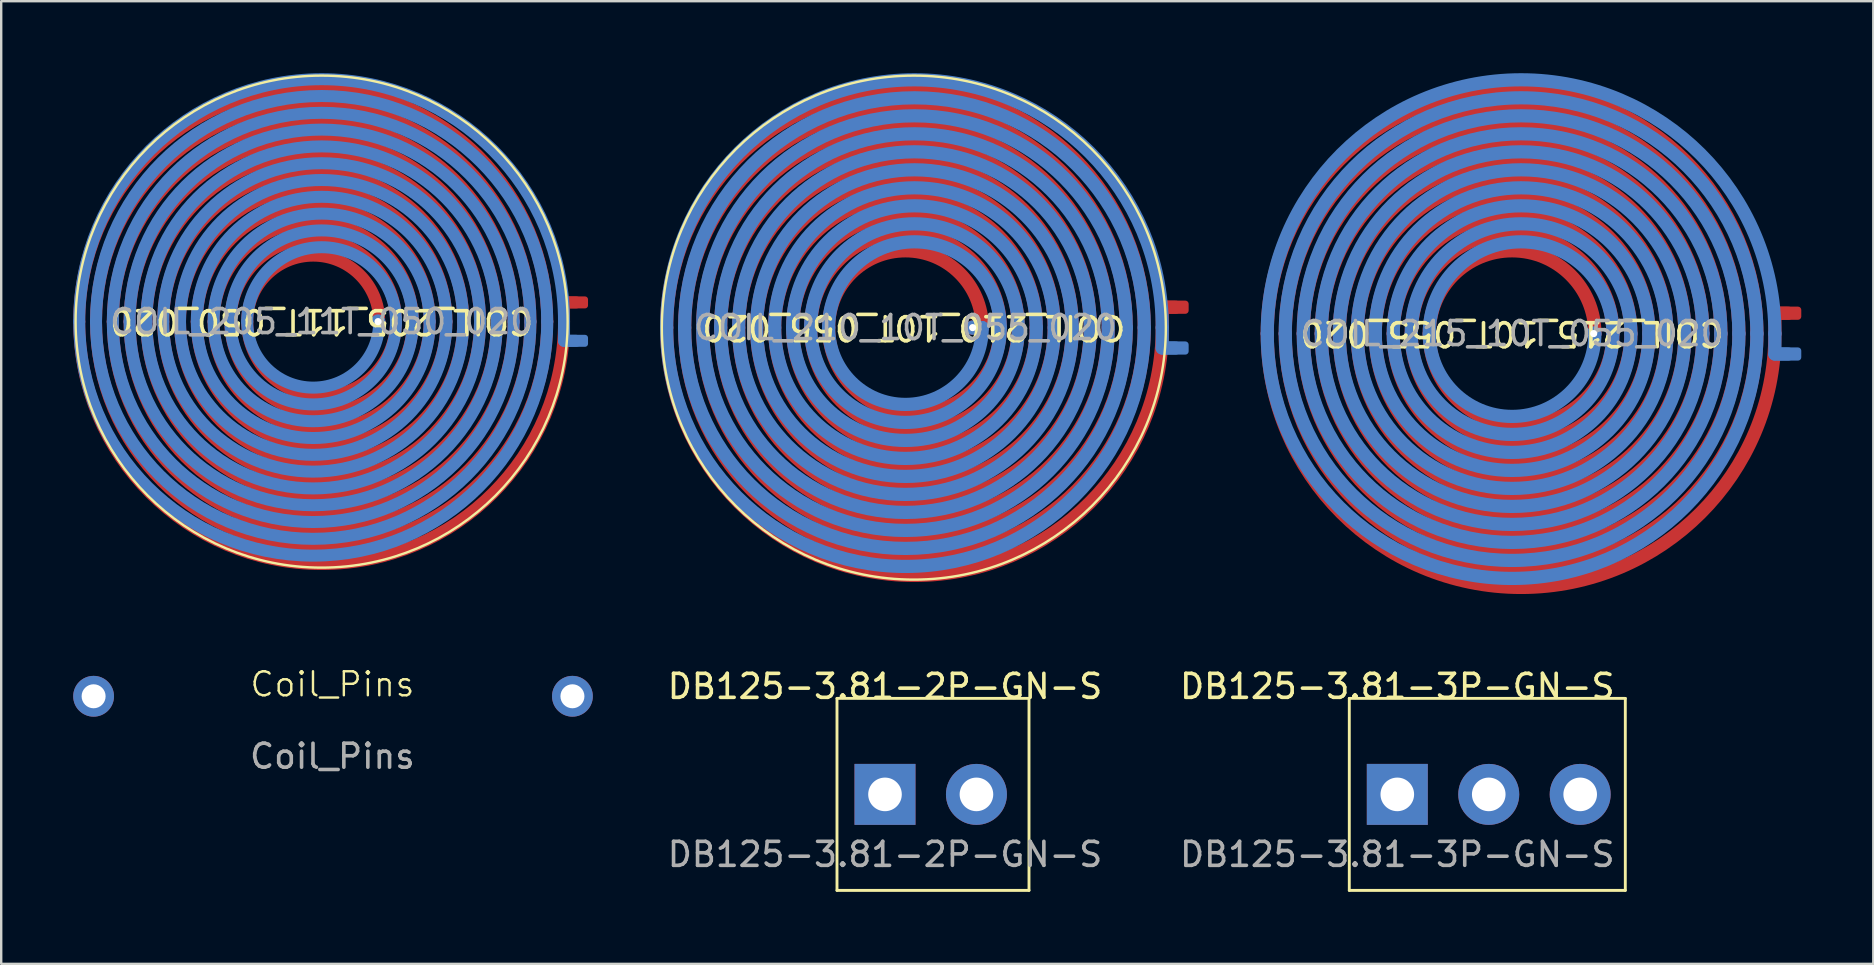
<source format=kicad_pcb>
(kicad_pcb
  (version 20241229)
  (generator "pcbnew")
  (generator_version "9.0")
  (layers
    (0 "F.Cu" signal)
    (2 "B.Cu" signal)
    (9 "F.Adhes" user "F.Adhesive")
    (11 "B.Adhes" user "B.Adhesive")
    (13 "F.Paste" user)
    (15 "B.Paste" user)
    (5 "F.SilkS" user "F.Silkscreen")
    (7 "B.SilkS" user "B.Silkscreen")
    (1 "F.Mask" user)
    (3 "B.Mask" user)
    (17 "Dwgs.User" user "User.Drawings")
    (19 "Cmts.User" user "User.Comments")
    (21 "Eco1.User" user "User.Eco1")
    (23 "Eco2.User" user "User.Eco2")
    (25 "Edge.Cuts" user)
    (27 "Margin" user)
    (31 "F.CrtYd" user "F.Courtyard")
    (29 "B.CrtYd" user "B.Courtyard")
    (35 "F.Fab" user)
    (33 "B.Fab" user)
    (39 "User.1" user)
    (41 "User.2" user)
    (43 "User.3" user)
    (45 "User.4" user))
  (footprint "DB125-3.81-2P-GN-S"
    (layer "F.Cu")
    (at 33.823 30.048)
    (property "Reference" "DB125-3.81-2P-GN-S" (at 0 -4.5 0) (unlocked yes) (layer "F.SilkS") (effects (font (size 1 1) (thickness 0.15))))
    (attr through_hole)
    (fp_line (start -2 -4) (end -2 4) (stroke (width 0.12) (type default)) (layer "F.SilkS"))
    (fp_line (start -2 4) (end 6 4) (stroke (width 0.12) (type default)) (layer "F.SilkS"))
    (fp_line (start 6 -4) (end -2 -4) (stroke (width 0.12) (type default)) (layer "F.SilkS"))
    (fp_line (start 6 4) (end 6 -4) (stroke (width 0.12) (type default)) (layer "F.SilkS"))
    (fp_text user "${REFERENCE}" (at 0 2.5 0) (unlocked yes) (layer "F.Fab") (effects (font (size 1 1) (thickness 0.15))))
    (pad "1" thru_hole rect (at 0 0) (size 2.54 2.54) (drill 1.4) (layers "*.Cu" "*.Mask"))
    (pad "2" thru_hole circle (at 3.81 0) (size 2.54 2.54) (drill 1.4) (layers "*.Cu" "*.Mask")))
  (footprint "DB125-3.81-3P-GN-S"
    (layer "F.Cu")
    (at 55.168 30.048)
    (property "Reference" "DB125-3.81-3P-GN-S" (at 0 -4.5 0) (unlocked yes) (layer "F.SilkS") (effects (font (size 1 1) (thickness 0.15))))
    (attr through_hole)
    (fp_line (start -2 -4) (end -2 4) (stroke (width 0.12) (type default)) (layer "F.SilkS"))
    (fp_line (start -2 4) (end 9.5 4) (stroke (width 0.12) (type default)) (layer "F.SilkS"))
    (fp_line (start 9.5 -4) (end -2 -4) (stroke (width 0.12) (type default)) (layer "F.SilkS"))
    (fp_line (start 9.5 4) (end 9.5 -4) (stroke (width 0.12) (type default)) (layer "F.SilkS"))
    (fp_text user "${REFERENCE}" (at 0 2.5 0) (unlocked yes) (layer "F.Fab") (effects (font (size 1 1) (thickness 0.15))))
    (pad "1" thru_hole rect (at 0 0) (size 2.54 2.54) (drill 1.4) (layers "*.Cu" "*.Mask"))
    (pad "2" thru_hole circle (at 3.81 0) (size 2.54 2.54) (drill 1.4) (layers "*.Cu" "*.Mask"))
    (pad "3" thru_hole circle (at 7.62 0) (size 2.54 2.54) (drill 1.4) (layers "*.Cu" "*.Mask")))
  (footprint "COIL_210_10T_055_020"
    (layer "F.Cu")
    (at 35.025 10.6)
    (property "Reference" "COIL_210_10T_055_020" (at 0 0 180) (unlocked yes) (layer "F.SilkS") (effects (font (size 1 1) (thickness 0.15))))
    (attr smd exclude_from_pos_files allow_missing_courtyard)
    (fp_line (start 2.85 0) (end 2.45 0) (stroke (width 0.55) (type default)) (layer "F.Cu"))
    (fp_line (start 10.35 -0.85) (end 10.9 -0.85) (stroke (width 0.55) (type default)) (layer "F.Cu"))
    (fp_line (start 10.35 0) (end 10.35 -0.85) (stroke (width 0.55) (type default)) (layer "F.Cu"))
    (fp_arc (start -10.299999 0) (mid -0.35 -9.949999) (end 9.599999 0) (stroke (width 0.55) (type default)) (layer "F.Cu"))
    (fp_arc (start -9.549999 0) (mid -0.35 -9.199999) (end 8.849999 0) (stroke (width 0.55) (type default)) (layer "F.Cu"))
    (fp_arc (start -8.8 0) (mid -0.35 -8.45) (end 8.1 0) (stroke (width 0.55) (type default)) (layer "F.Cu"))
    (fp_arc (start -8.05 0) (mid -0.35 -7.7) (end 7.35 0) (stroke (width 0.55) (type default)) (layer "F.Cu"))
    (fp_arc (start -7.3 0) (mid -0.35 -6.95) (end 6.6 0) (stroke (width 0.55) (type default)) (layer "F.Cu"))
    (fp_arc (start -6.55 0) (mid -0.35 -6.2) (end 5.85 0) (stroke (width 0.55) (type default)) (layer "F.Cu"))
    (fp_arc (start -5.8 0) (mid -0.35 -5.45) (end 5.1 0) (stroke (width 0.55) (type default)) (layer "F.Cu"))
    (fp_arc (start -5.05 0) (mid -0.35 -4.7) (end 4.35 0) (stroke (width 0.55) (type default)) (layer "F.Cu"))
    (fp_arc (start -4.3 0) (mid -0.35 -3.95) (end 3.6 0) (stroke (width 0.55) (type default)) (layer "F.Cu"))
    (fp_arc (start -3.55 0) (mid -0.35 -3.2) (end 2.85 0) (stroke (width 0.55) (type default)) (layer "F.Cu"))
    (fp_arc (start 3.6 0) (mid 0.025 3.575) (end -3.55 0) (stroke (width 0.55) (type default)) (layer "F.Cu"))
    (fp_arc (start 4.35 0) (mid 0.025 4.325) (end -4.3 0) (stroke (width 0.55) (type default)) (layer "F.Cu"))
    (fp_arc (start 5.1 0) (mid 0.025 5.075) (end -5.05 0) (stroke (width 0.55) (type default)) (layer "F.Cu"))
    (fp_arc (start 5.85 0) (mid 0.025 5.825) (end -5.8 0) (stroke (width 0.55) (type default)) (layer "F.Cu"))
    (fp_arc (start 6.6 0) (mid 0.025 6.575) (end -6.55 0) (stroke (width 0.55) (type default)) (layer "F.Cu"))
    (fp_arc (start 7.35 0) (mid 0.025 7.325) (end -7.3 0) (stroke (width 0.55) (type default)) (layer "F.Cu"))
    (fp_arc (start 8.1 0) (mid 0.025 8.075) (end -8.05 0) (stroke (width 0.55) (type default)) (layer "F.Cu"))
    (fp_arc (start 8.849999 0) (mid 0.025 8.825) (end -8.8 0) (stroke (width 0.55) (type default)) (layer "F.Cu"))
    (fp_arc (start 9.599999 0) (mid 0.025 9.574999) (end -9.549999 0) (stroke (width 0.55) (type default)) (layer "F.Cu"))
    (fp_arc (start 10.350001 0) (mid 0.025001 10.325) (end -10.299999 0) (stroke (width 0.55) (type default)) (layer "F.Cu"))
    (fp_line (start 2.85 0) (end 2.45 0) (stroke (width 0.55) (type default)) (layer "B.Cu"))
    (fp_line (start 10.35 0.85) (end 10.9 0.85) (stroke (width 0.55) (type default)) (layer "B.Cu"))
    (fp_line (start 10.35 0) (end 10.35 0.85) (stroke (width 0.55) (type default)) (layer "B.Cu"))
    (fp_arc (start -10.299999 0) (mid 0.025001 -10.325) (end 10.350001 0) (stroke (width 0.55) (type default)) (layer "B.Cu"))
    (fp_arc (start -9.549999 0) (mid 0.025 -9.574999) (end 9.599999 0) (stroke (width 0.55) (type default)) (layer "B.Cu"))
    (fp_arc (start -8.8 0) (mid 0.025 -8.825) (end 8.849999 0) (stroke (width 0.55) (type default)) (layer "B.Cu"))
    (fp_arc (start -8.05 0) (mid 0.025 -8.075) (end 8.1 0) (stroke (width 0.55) (type default)) (layer "B.Cu"))
    (fp_arc (start -7.3 0) (mid 0.025 -7.325) (end 7.35 0) (stroke (width 0.55) (type default)) (layer "B.Cu"))
    (fp_arc (start -6.55 0) (mid 0.025 -6.575) (end 6.6 0) (stroke (width 0.55) (type default)) (layer "B.Cu"))
    (fp_arc (start -5.8 0) (mid 0.025 -5.825) (end 5.85 0) (stroke (width 0.55) (type default)) (layer "B.Cu"))
    (fp_arc (start -5.05 0) (mid 0.025 -5.075) (end 5.1 0) (stroke (width 0.55) (type default)) (layer "B.Cu"))
    (fp_arc (start -4.3 0) (mid 0.025 -4.325) (end 4.35 0) (stroke (width 0.55) (type default)) (layer "B.Cu"))
    (fp_arc (start -3.55 0) (mid 0.025 -3.575) (end 3.6 0) (stroke (width 0.55) (type default)) (layer "B.Cu"))
    (fp_arc (start 2.85 0) (mid -0.35 3.2) (end -3.55 0) (stroke (width 0.55) (type default)) (layer "B.Cu"))
    (fp_arc (start 3.6 0) (mid -0.35 3.95) (end -4.3 0) (stroke (width 0.55) (type default)) (layer "B.Cu"))
    (fp_arc (start 4.35 0) (mid -0.35 4.7) (end -5.05 0) (stroke (width 0.55) (type default)) (layer "B.Cu"))
    (fp_arc (start 5.1 0) (mid -0.35 5.45) (end -5.8 0) (stroke (width 0.55) (type default)) (layer "B.Cu"))
    (fp_arc (start 5.85 0) (mid -0.35 6.2) (end -6.55 0) (stroke (width 0.55) (type default)) (layer "B.Cu"))
    (fp_arc (start 6.6 0) (mid -0.35 6.95) (end -7.3 0) (stroke (width 0.55) (type default)) (layer "B.Cu"))
    (fp_arc (start 7.35 0) (mid -0.35 7.7) (end -8.05 0) (stroke (width 0.55) (type default)) (layer "B.Cu"))
    (fp_arc (start 8.1 0) (mid -0.35 8.45) (end -8.8 0) (stroke (width 0.55) (type default)) (layer "B.Cu"))
    (fp_arc (start 8.849999 0) (mid -0.35 9.199999) (end -9.549999 0) (stroke (width 0.55) (type default)) (layer "B.Cu"))
    (fp_arc (start 9.599999 0) (mid -0.35 9.949999) (end -10.299999 0) (stroke (width 0.55) (type default)) (layer "B.Cu"))
    (fp_circle (center 0 0) (end 10.5 0) (stroke (width 0.1) (type solid)) (fill no) (layer "F.SilkS"))
    (fp_text user "${REFERENCE}" (at -0.35 0 0) (unlocked yes) (layer "F.Fab") (effects (font (size 1 1) (thickness 0.15))))
    (pad "0" thru_hole circle (at 2.45 0) (size 0.6 0.6) (drill 0.3) (layers "*.Cu") (remove_unused_layers yes) (keep_end_layers yes) (zone_layer_connections))
    (pad "1" smd roundrect (at 10.9 -0.85) (size 1.1 0.55) (layers "F.Cu") (roundrect_rratio 0.25))
    (pad "2" smd roundrect (at 10.9 0.85) (size 1.1 0.55) (layers "B.Cu") (roundrect_rratio 0.25)))
  (footprint "COIL_215_10T_055_020"
    (layer "F.Cu")
    (at 59.95 10.85)
    (property "Reference" "COIL_215_10T_055_020" (at 0 0 180) (unlocked yes) (layer "F.SilkS") (effects (font (size 1 1) (thickness 0.15))))
    (attr smd exclude_from_pos_files allow_missing_courtyard)
    (fp_line (start 3.45 0) (end 3.4 0) (stroke (width 0.55) (type default)) (layer "F.Cu"))
    (fp_line (start 10.95 -0.85) (end 11.5 -0.85) (stroke (width 0.55) (type default)) (layer "F.Cu"))
    (fp_line (start 10.95 0) (end 10.95 -0.85) (stroke (width 0.55) (type default)) (layer "F.Cu"))
    (fp_arc (start -10.2 0) (mid 0 -10.2) (end 10.2 0) (stroke (width 0.55) (type default)) (layer "F.Cu"))
    (fp_arc (start -9.45 0) (mid 0 -9.45) (end 9.45 0) (stroke (width 0.55) (type default)) (layer "F.Cu"))
    (fp_arc (start -8.7 0) (mid 0 -8.7) (end 8.7 0) (stroke (width 0.55) (type default)) (layer "F.Cu"))
    (fp_arc (start -7.95 0) (mid 0 -7.95) (end 7.95 0) (stroke (width 0.55) (type default)) (layer "F.Cu"))
    (fp_arc (start -7.2 0) (mid 0 -7.2) (end 7.2 0) (stroke (width 0.55) (type default)) (layer "F.Cu"))
    (fp_arc (start -6.45 0) (mid 0 -6.45) (end 6.45 0) (stroke (width 0.55) (type default)) (layer "F.Cu"))
    (fp_arc (start -5.7 0) (mid 0 -5.7) (end 5.7 0) (stroke (width 0.55) (type default)) (layer "F.Cu"))
    (fp_arc (start -4.950001 0) (mid 0 -4.950001) (end 4.950001 0) (stroke (width 0.55) (type default)) (layer "F.Cu"))
    (fp_arc (start -4.199999 0) (mid 0 -4.199999) (end 4.199999 0) (stroke (width 0.55) (type default)) (layer "F.Cu"))
    (fp_arc (start -3.449999 0) (mid 0 -3.449999) (end 3.449999 0) (stroke (width 0.55) (type default)) (layer "F.Cu"))
    (fp_arc (start 4.199999 0) (mid 0.375 3.824999) (end -3.449999 0) (stroke (width 0.55) (type default)) (layer "F.Cu"))
    (fp_arc (start 4.950001 0) (mid 0.375001 4.575) (end -4.199999 0) (stroke (width 0.55) (type default)) (layer "F.Cu"))
    (fp_arc (start 5.7 0) (mid 0.375 5.325001) (end -4.950001 0) (stroke (width 0.55) (type default)) (layer "F.Cu"))
    (fp_arc (start 6.45 0) (mid 0.375 6.075) (end -5.7 0) (stroke (width 0.55) (type default)) (layer "F.Cu"))
    (fp_arc (start 7.2 0) (mid 0.375 6.825) (end -6.45 0) (stroke (width 0.55) (type default)) (layer "F.Cu"))
    (fp_arc (start 7.95 0) (mid 0.375 7.575) (end -7.2 0) (stroke (width 0.55) (type default)) (layer "F.Cu"))
    (fp_arc (start 8.7 0) (mid 0.375 8.325) (end -7.95 0) (stroke (width 0.55) (type default)) (layer "F.Cu"))
    (fp_arc (start 9.45 0) (mid 0.375 9.075) (end -8.7 0) (stroke (width 0.55) (type default)) (layer "F.Cu"))
    (fp_arc (start 10.2 0) (mid 0.375 9.825) (end -9.45 0) (stroke (width 0.55) (type default)) (layer "F.Cu"))
    (fp_arc (start 10.95 0) (mid 0.375 10.575) (end -10.2 0) (stroke (width 0.55) (type default)) (layer "F.Cu"))
    (fp_line (start 3.45 0) (end 3.4 0) (stroke (width 0.55) (type default)) (layer "B.Cu"))
    (fp_line (start 10.95 0) (end 10.95 0.85) (stroke (width 0.55) (type default)) (layer "B.Cu"))
    (fp_line (start 10.95 0.85) (end 11.5 0.85) (stroke (width 0.55) (type default)) (layer "B.Cu"))
    (fp_arc (start -10.2 0) (mid 0.375 -10.575) (end 10.95 0) (stroke (width 0.55) (type default)) (layer "B.Cu"))
    (fp_arc (start -9.45 0) (mid 0.375 -9.825) (end 10.2 0) (stroke (width 0.55) (type default)) (layer "B.Cu"))
    (fp_arc (start -8.7 0) (mid 0.375 -9.075) (end 9.45 0) (stroke (width 0.55) (type default)) (layer "B.Cu"))
    (fp_arc (start -7.95 0) (mid 0.375 -8.325) (end 8.7 0) (stroke (width 0.55) (type default)) (layer "B.Cu"))
    (fp_arc (start -7.2 0) (mid 0.375 -7.575) (end 7.95 0) (stroke (width 0.55) (type default)) (layer "B.Cu"))
    (fp_arc (start -6.45 0) (mid 0.375 -6.825) (end 7.2 0) (stroke (width 0.55) (type default)) (layer "B.Cu"))
    (fp_arc (start -5.7 0) (mid 0.375 -6.075) (end 6.45 0) (stroke (width 0.55) (type default)) (layer "B.Cu"))
    (fp_arc (start -4.950001 0) (mid 0.375 -5.325001) (end 5.7 0) (stroke (width 0.55) (type default)) (layer "B.Cu"))
    (fp_arc (start -4.199999 0) (mid 0.375001 -4.575) (end 4.950001 0) (stroke (width 0.55) (type default)) (layer "B.Cu"))
    (fp_arc (start -3.449999 0) (mid 0.375 -3.824999) (end 4.199999 0) (stroke (width 0.55) (type default)) (layer "B.Cu"))
    (fp_arc (start 3.449999 0) (mid 0 3.449999) (end -3.449999 0) (stroke (width 0.55) (type default)) (layer "B.Cu"))
    (fp_arc (start 4.199999 0) (mid 0 4.199999) (end -4.199999 0) (stroke (width 0.55) (type default)) (layer "B.Cu"))
    (fp_arc (start 4.950001 0) (mid 0 4.950001) (end -4.950001 0) (stroke (width 0.55) (type default)) (layer "B.Cu"))
    (fp_arc (start 5.7 0) (mid 0 5.7) (end -5.7 0) (stroke (width 0.55) (type default)) (layer "B.Cu"))
    (fp_arc (start 6.45 0) (mid 0 6.45) (end -6.45 0) (stroke (width 0.55) (type default)) (layer "B.Cu"))
    (fp_arc (start 7.2 0) (mid 0 7.2) (end -7.2 0) (stroke (width 0.55) (type default)) (layer "B.Cu"))
    (fp_arc (start 7.95 0) (mid 0 7.95) (end -7.95 0) (stroke (width 0.55) (type default)) (layer "B.Cu"))
    (fp_arc (start 8.7 0) (mid 0 8.7) (end -8.7 0) (stroke (width 0.55) (type default)) (layer "B.Cu"))
    (fp_arc (start 9.45 0) (mid 0 9.45) (end -9.45 0) (stroke (width 0.55) (type default)) (layer "B.Cu"))
    (fp_arc (start 10.2 0) (mid 0 10.2) (end -10.2 0) (stroke (width 0.55) (type default)) (layer "B.Cu"))
    (fp_text user "${REFERENCE}" (at 0 0 0) (unlocked yes) (layer "F.Fab") (effects (font (size 1 1) (thickness 0.15))))
    (pad "0" thru_hole circle (at 3.4 0) (size 0.6 0.6) (drill 0.3) (layers "*.Cu") (remove_unused_layers yes) (keep_end_layers yes) (zone_layer_connections))
    (pad "1" smd roundrect (at 11.5 -0.85) (size 1.1 0.55) (layers "F.Cu") (roundrect_rratio 0.25))
    (pad "2" smd roundrect (at 11.5 0.85) (size 1.1 0.55) (layers "B.Cu") (roundrect_rratio 0.25)))
  (footprint "Coil_Pins"
    (layer "F.Cu")
    (at 10.8 25.96)
    (property "Reference" "Coil_Pins" (at 0 -0.5 0) (unlocked yes) (layer "F.SilkS") (effects (font (size 1 1) (thickness 0.1))))
    (attr smd)
    (fp_text user "${REFERENCE}" (at 0 2.5 0) (unlocked yes) (layer "F.Fab") (effects (font (size 1 1) (thickness 0.15))))
    (pad "1" thru_hole circle (at -9.95 0) (size 1.7 1.7) (drill 1) (layers "*.Cu" "*.Mask"))
    (pad "2" thru_hole circle (at 10 0) (size 1.7 1.7) (drill 1) (layers "*.Cu" "*.Mask")))
  (footprint "COIL_205_11T_050_020"
    (layer "F.Cu")
    (at 10.35 10.35)
    (property "Reference" "COIL_205_11T_050_020" (at 0 0 180) (unlocked yes) (layer "F.SilkS") (effects (font (size 1 1) (thickness 0.15))))
    (attr smd exclude_from_pos_files allow_missing_courtyard)
    (fp_line (start 2.4 -0.000001) (end 2.35 -0.000001) (stroke (width 0.5) (type default)) (layer "F.Cu"))
    (fp_line (start 10.1 -0.8) (end 10.6 -0.8) (stroke (width 0.5) (type default)) (layer "F.Cu"))
    (fp_line (start 10.1 -0.000001) (end 10.1 -0.8) (stroke (width 0.5) (type default)) (layer "F.Cu"))
    (fp_arc (start -10.100001 -0.000001) (mid -0.350001 -9.750001) (end 9.399999 -0.000001) (stroke (width 0.5) (type default)) (layer "F.Cu"))
    (fp_arc (start -9.4 -0.000001) (mid -0.350001 -9.05) (end 8.699998 -0.000001) (stroke (width 0.5) (type default)) (layer "F.Cu"))
    (fp_arc (start -8.700002 -0.000001) (mid -0.350001 -8.350002) (end 8 -0.000001) (stroke (width 0.5) (type default)) (layer "F.Cu"))
    (fp_arc (start -8.000001 -0.000001) (mid -0.350001 -7.650001) (end 7.299999 -0.000001) (stroke (width 0.5) (type default)) (layer "F.Cu"))
    (fp_arc (start -7.300001 -0.000001) (mid -0.350001 -6.950001) (end 6.599999 -0.000001) (stroke (width 0.5) (type default)) (layer "F.Cu"))
    (fp_arc (start -6.6 -0.000001) (mid -0.350001 -6.25) (end 5.899998 -0.000001) (stroke (width 0.5) (type default)) (layer "F.Cu"))
    (fp_arc (start -5.900002 -0.000001) (mid -0.350001 -5.550002) (end 5.2 -0.000001) (stroke (width 0.5) (type default)) (layer "F.Cu"))
    (fp_arc (start -5.200001 -0.000001) (mid -0.350001 -4.850001) (end 4.499999 -0.000001) (stroke (width 0.5) (type default)) (layer "F.Cu"))
    (fp_arc (start -4.500001 -0.000001) (mid -0.350001 -4.150001) (end 3.799999 -0.000001) (stroke (width 0.5) (type default)) (layer "F.Cu"))
    (fp_arc (start -3.8 -0.000001) (mid -0.350001 -3.45) (end 3.099998 -0.000001) (stroke (width 0.5) (type default)) (layer "F.Cu"))
    (fp_arc (start -3.100001 -0.000001) (mid -0.350001 -2.750001) (end 2.399999 -0.000001) (stroke (width 0.5) (type default)) (layer "F.Cu"))
    (fp_arc (start 3.099998 -0.000001) (mid -0.000001 3.099999) (end -3.100001 -0.000001) (stroke (width 0.5) (type default)) (layer "F.Cu"))
    (fp_arc (start 3.799999 -0.000001) (mid 0 3.799999) (end -3.8 -0.000001) (stroke (width 0.5) (type default)) (layer "F.Cu"))
    (fp_arc (start 4.499999 -0.000001) (mid -0.000001 4.499999) (end -4.500001 -0.000001) (stroke (width 0.5) (type default)) (layer "F.Cu"))
    (fp_arc (start 5.2 -0.000001) (mid 0 5.199998) (end -5.200001 -0.000001) (stroke (width 0.5) (type default)) (layer "F.Cu"))
    (fp_arc (start 5.899998 -0.000001) (mid -0.000002 5.899999) (end -5.900002 -0.000001) (stroke (width 0.5) (type default)) (layer "F.Cu"))
    (fp_arc (start 6.599999 -0.000001) (mid -0.000001 6.6) (end -6.6 -0.000001) (stroke (width 0.5) (type default)) (layer "F.Cu"))
    (fp_arc (start 7.299999 -0.000001) (mid -0.000001 7.299999) (end -7.300001 -0.000001) (stroke (width 0.5) (type default)) (layer "F.Cu"))
    (fp_arc (start 8 -0.000001) (mid 0 7.999998) (end -8.000001 -0.000001) (stroke (width 0.5) (type default)) (layer "F.Cu"))
    (fp_arc (start 8.699998 -0.000001) (mid -0.000002 8.699999) (end -8.700002 -0.000001) (stroke (width 0.5) (type default)) (layer "F.Cu"))
    (fp_arc (start 9.399999 -0.000001) (mid -0.000001 9.4) (end -9.4 -0.000001) (stroke (width 0.5) (type default)) (layer "F.Cu"))
    (fp_arc (start 10.099999 -0.000001) (mid -0.000001 10.099999) (end -10.100001 -0.000001) (stroke (width 0.5) (type default)) (layer "F.Cu"))
    (fp_line (start 2.4 -0.000001) (end 2.35 -0.000001) (stroke (width 0.5) (type default)) (layer "B.Cu"))
    (fp_line (start 10.1 0.8) (end 10.6 0.8) (stroke (width 0.5) (type default)) (layer "B.Cu"))
    (fp_line (start 10.1 -0.000001) (end 10.1 0.8) (stroke (width 0.5) (type default)) (layer "B.Cu"))
    (fp_arc (start -10.100001 -0.000001) (mid -0.000001 -10.100001) (end 10.099999 -0.000001) (stroke (width 0.5) (type default)) (layer "B.Cu"))
    (fp_arc (start -9.4 -0.000001) (mid -0.000001 -9.400001) (end 9.399999 -0.000001) (stroke (width 0.5) (type default)) (layer "B.Cu"))
    (fp_arc (start -8.700002 -0.000001) (mid -0.000002 -8.700001) (end 8.699998 -0.000001) (stroke (width 0.5) (type default)) (layer "B.Cu"))
    (fp_arc (start -8.000001 -0.000001) (mid 0 -8.000001) (end 8 -0.000001) (stroke (width 0.5) (type default)) (layer "B.Cu"))
    (fp_arc (start -7.300001 -0.000001) (mid -0.000001 -7.300001) (end 7.299999 -0.000001) (stroke (width 0.5) (type default)) (layer "B.Cu"))
    (fp_arc (start -6.6 -0.000001) (mid -0.000001 -6.600001) (end 6.599999 -0.000001) (stroke (width 0.5) (type default)) (layer "B.Cu"))
    (fp_arc (start -5.900002 -0.000001) (mid -0.000002 -5.900001) (end 5.899998 -0.000001) (stroke (width 0.5) (type default)) (layer "B.Cu"))
    (fp_arc (start -5.200001 -0.000001) (mid 0 -5.200001) (end 5.2 -0.000001) (stroke (width 0.5) (type default)) (layer "B.Cu"))
    (fp_arc (start -4.500001 -0.000001) (mid -0.000001 -4.500001) (end 4.499999 -0.000001) (stroke (width 0.5) (type default)) (layer "B.Cu"))
    (fp_arc (start -3.8 -0.000001) (mid 0 -3.800002) (end 3.799999 -0.000001) (stroke (width 0.5) (type default)) (layer "B.Cu"))
    (fp_arc (start -3.100001 -0.000001) (mid -0.000001 -3.100002) (end 3.099998 -0.000001) (stroke (width 0.5) (type default)) (layer "B.Cu"))
    (fp_arc (start 2.399999 -0.000001) (mid -0.350001 2.749999) (end -3.100001 -0.000001) (stroke (width 0.5) (type default)) (layer "B.Cu"))
    (fp_arc (start 3.099998 -0.000001) (mid -0.350001 3.449998) (end -3.8 -0.000001) (stroke (width 0.5) (type default)) (layer "B.Cu"))
    (fp_arc (start 3.799999 -0.000001) (mid -0.350001 4.149999) (end -4.500001 -0.000001) (stroke (width 0.5) (type default)) (layer "B.Cu"))
    (fp_arc (start 4.499999 -0.000001) (mid -0.350001 4.849999) (end -5.200001 -0.000001) (stroke (width 0.5) (type default)) (layer "B.Cu"))
    (fp_arc (start 5.2 -0.000001) (mid -0.350001 5.55) (end -5.900002 -0.000001) (stroke (width 0.5) (type default)) (layer "B.Cu"))
    (fp_arc (start 5.899998 -0.000001) (mid -0.350001 6.249998) (end -6.6 -0.000001) (stroke (width 0.5) (type default)) (layer "B.Cu"))
    (fp_arc (start 6.599999 -0.000001) (mid -0.350001 6.949999) (end -7.300001 -0.000001) (stroke (width 0.5) (type default)) (layer "B.Cu"))
    (fp_arc (start 7.299999 -0.000001) (mid -0.350001 7.649999) (end -8.000001 -0.000001) (stroke (width 0.5) (type default)) (layer "B.Cu"))
    (fp_arc (start 8 -0.000001) (mid -0.350001 8.35) (end -8.700002 -0.000001) (stroke (width 0.5) (type default)) (layer "B.Cu"))
    (fp_arc (start 8.699998 -0.000001) (mid -0.350001 9.049998) (end -9.4 -0.000001) (stroke (width 0.5) (type default)) (layer "B.Cu"))
    (fp_arc (start 9.399999 -0.000001) (mid -0.350001 9.749999) (end -10.100001 -0.000001) (stroke (width 0.5) (type default)) (layer "B.Cu"))
    (fp_circle (center 0 0) (end 10.25 0) (stroke (width 0.1) (type solid)) (fill no) (layer "F.SilkS"))
    (fp_text user "${REFERENCE}" (at 0 0 0) (unlocked yes) (layer "F.Fab") (effects (font (size 1 1) (thickness 0.15))))
    (pad "0" thru_hole circle (at 2.35 -0.000001) (size 0.6 0.6) (drill 0.3) (layers "*.Cu") (remove_unused_layers yes) (keep_end_layers yes) (zone_layer_connections))
    (pad "1" smd roundrect (at 10.6 -0.8) (size 1 0.5) (layers "F.Cu") (roundrect_rratio 0.25))
    (pad "2" smd roundrect (at 10.6 0.8) (size 1 0.5) (layers "B.Cu") (roundrect_rratio 0.25)))
  (gr_rect
    (start -3 -3)
    (end 75 37.108)
    (stroke (width 0.1) (type default))
    (fill no)
    (layer "Edge.Cuts")))
</source>
